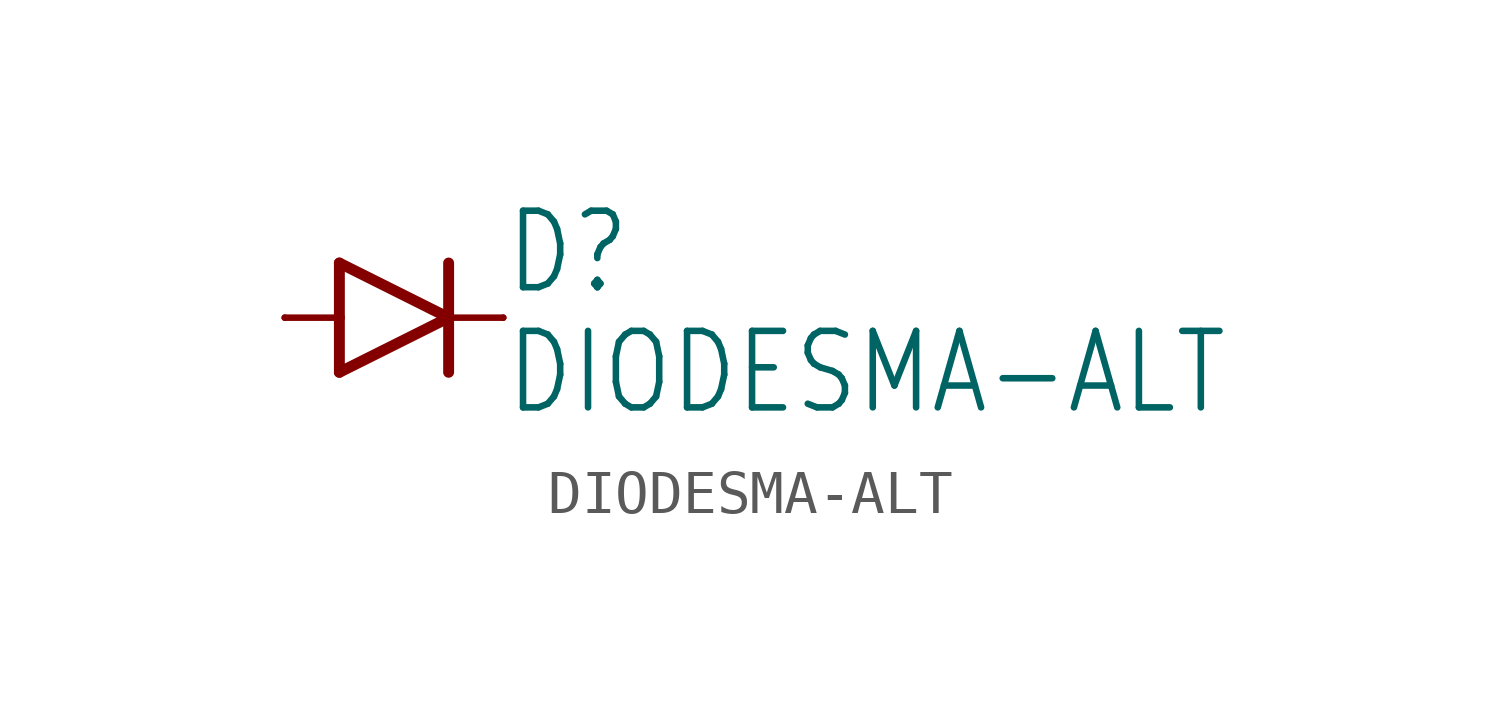
<source format=kicad_sym>
(kicad_symbol_lib
  (version 20220914)
  (generator kicad_symbol_editor)
  (symbol "DIODESMA-ALT"
    (property "Reference" "D"
      (at 2.54 0.483 0)
      (effects (font (size 1.778 1.511)) (justify left bottom)))
    (property "Value" "DIODESMA-ALT"
      (at 2.54 -2.311 0)
      (effects (font (size 1.778 1.511)) (justify left bottom)))
    (property "ki_locked" ""
      (at 0 0 0)
      (effects (font (size 1.27 1.27))))
    (symbol "DIODESMA-ALT_1_0"
      (polyline (pts (xy -2.54 0) (xy -1.27 0)) (stroke (width 0.152) (type default)) (fill (type none)))
      (polyline (pts (xy -1.27 -1.27) (xy 1.27 0)) (stroke (width 0.254) (type default)) (fill (type none)))
      (polyline (pts (xy -1.27 0) (xy -1.27 -1.27)) (stroke (width 0.254) (type default)) (fill (type none)))
      (polyline (pts (xy -1.27 1.27) (xy -1.27 0)) (stroke (width 0.254) (type default)) (fill (type none)))
      (polyline (pts (xy 1.27 0) (xy -1.27 1.27)) (stroke (width 0.254) (type default)) (fill (type none)))
      (polyline (pts (xy 1.27 0) (xy 1.27 -1.27)) (stroke (width 0.254) (type default)) (fill (type none)))
      (polyline (pts (xy 1.27 1.27) (xy 1.27 0)) (stroke (width 0.254) (type default)) (fill (type none)))
      (polyline (pts (xy 2.54 0) (xy 1.27 0)) (stroke (width 0.152) (type default)) (fill (type none)))
      (pin passive line (at -2.54 0 0) (length 0) (name "A" (effects (font (size 0 0)))) (number "A" (effects (font (size 0 0)))))
      (pin passive line (at 2.54 0 180) (length 0) (name "C" (effects (font (size 0 0)))) (number "C" (effects (font (size 0 0))))))))
</source>
